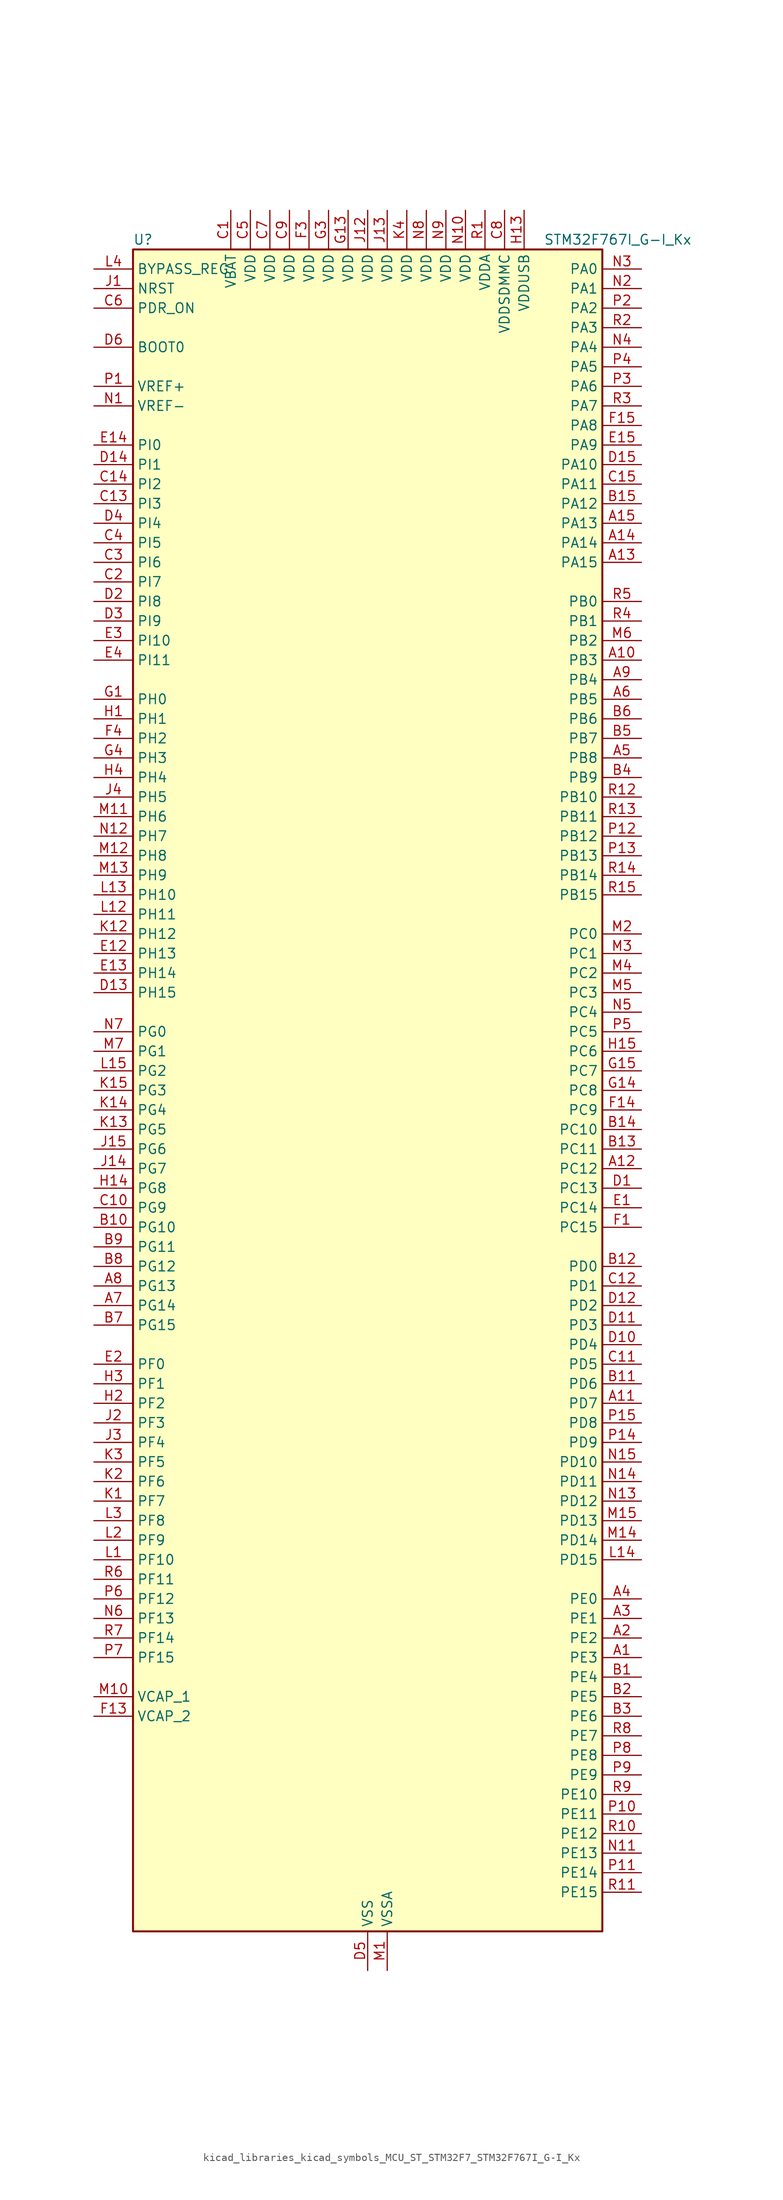
<source format=kicad_sym>
(kicad_symbol_lib
  (version 20220914)
  (generator kicad_symbol_editor)
  (symbol "kicad_libraries_kicad_symbols_MCU_ST_STM32F7_STM32F767I_G-I_Kx"
    (property "Reference" "U"
      (at -30.48 110.49 0)
      (effects (font (size 1.27 1.27)) (justify left)))
    (property "Value" "STM32F767I_G-I_Kx"
      (at 22.86 110.49 0)
      (effects (font (size 1.27 1.27)) (justify left)))
    (property "ki_locked" ""
      (at 0 0 0)
      (effects (font (size 1.27 1.27))))
    (symbol "kicad_libraries_kicad_symbols_MCU_ST_STM32F7_STM32F767I_G-I_Kx_0_1"
      (rectangle (start -30.48 -109.22) (end 30.48 109.22) (stroke (width 0.254) (type default)) (fill (type background))))
    (symbol "kicad_libraries_kicad_symbols_MCU_ST_STM32F7_STM32F767I_G-I_Kx_1_1"
      (pin bidirectional line (at 35.56 -73.66 180) (length 5.08) (name "PE3" (effects (font (size 1.27 1.27)))) (number "A1" (effects (font (size 1.27 1.27)))) (alternate "FMC_A19" bidirectional line) (alternate "SAI1_SD_B" bidirectional line) (alternate "SYS_TRACED0" bidirectional line))
      (pin bidirectional line (at 35.56 55.88 180) (length 5.08) (name "PB3" (effects (font (size 1.27 1.27)))) (number "A10" (effects (font (size 1.27 1.27)))) (alternate "CAN3_RX" bidirectional line) (alternate "I2S1_CK" bidirectional line) (alternate "I2S3_CK" bidirectional line) (alternate "SDMMC2_D2" bidirectional line) (alternate "SPI1_SCK" bidirectional line) (alternate "SPI3_SCK" bidirectional line) (alternate "SPI6_SCK" bidirectional line) (alternate "SYS_JTDO-SWO" bidirectional line) (alternate "TIM2_CH2" bidirectional line) (alternate "UART7_RX" bidirectional line))
      (pin bidirectional line (at 35.56 -40.64 180) (length 5.08) (name "PD7" (effects (font (size 1.27 1.27)))) (number "A11" (effects (font (size 1.27 1.27)))) (alternate "DFSDM1_CKIN1" bidirectional line) (alternate "DFSDM1_DATIN4" bidirectional line) (alternate "FMC_NE1" bidirectional line) (alternate "I2S1_SD" bidirectional line) (alternate "SDMMC2_CMD" bidirectional line) (alternate "SPDIFRX_IN0" bidirectional line) (alternate "SPI1_MOSI" bidirectional line) (alternate "USART2_CK" bidirectional line))
      (pin bidirectional line (at 35.56 -10.16 180) (length 5.08) (name "PC12" (effects (font (size 1.27 1.27)))) (number "A12" (effects (font (size 1.27 1.27)))) (alternate "DCMI_D9" bidirectional line) (alternate "I2S3_SD" bidirectional line) (alternate "SDMMC1_CK" bidirectional line) (alternate "SPI3_MOSI" bidirectional line) (alternate "SYS_TRACED3" bidirectional line) (alternate "UART5_TX" bidirectional line) (alternate "USART3_CK" bidirectional line))
      (pin bidirectional line (at 35.56 68.58 180) (length 5.08) (name "PA15" (effects (font (size 1.27 1.27)))) (number "A13" (effects (font (size 1.27 1.27)))) (alternate "CAN3_TX" bidirectional line) (alternate "CEC" bidirectional line) (alternate "I2S1_WS" bidirectional line) (alternate "I2S3_WS" bidirectional line) (alternate "SPI1_NSS" bidirectional line) (alternate "SPI3_NSS" bidirectional line) (alternate "SPI6_NSS" bidirectional line) (alternate "SYS_JTDI" bidirectional line) (alternate "TIM2_CH1" bidirectional line) (alternate "TIM2_ETR" bidirectional line) (alternate "UART4_DE" bidirectional line) (alternate "UART4_RTS" bidirectional line) (alternate "UART7_TX" bidirectional line))
      (pin bidirectional line (at 35.56 71.12 180) (length 5.08) (name "PA14" (effects (font (size 1.27 1.27)))) (number "A14" (effects (font (size 1.27 1.27)))) (alternate "SYS_JTCK-SWCLK" bidirectional line))
      (pin bidirectional line (at 35.56 73.66 180) (length 5.08) (name "PA13" (effects (font (size 1.27 1.27)))) (number "A15" (effects (font (size 1.27 1.27)))) (alternate "SYS_JTMS-SWDIO" bidirectional line))
      (pin bidirectional line (at 35.56 -71.12 180) (length 5.08) (name "PE2" (effects (font (size 1.27 1.27)))) (number "A2" (effects (font (size 1.27 1.27)))) (alternate "ETH_TXD3" bidirectional line) (alternate "FMC_A23" bidirectional line) (alternate "QUADSPI_BK1_IO2" bidirectional line) (alternate "SAI1_MCLK_A" bidirectional line) (alternate "SPI4_SCK" bidirectional line) (alternate "SYS_TRACECLK" bidirectional line))
      (pin bidirectional line (at 35.56 -68.58 180) (length 5.08) (name "PE1" (effects (font (size 1.27 1.27)))) (number "A3" (effects (font (size 1.27 1.27)))) (alternate "DCMI_D3" bidirectional line) (alternate "FMC_NBL1" bidirectional line) (alternate "LPTIM1_IN2" bidirectional line) (alternate "UART8_TX" bidirectional line))
      (pin bidirectional line (at 35.56 -66.04 180) (length 5.08) (name "PE0" (effects (font (size 1.27 1.27)))) (number "A4" (effects (font (size 1.27 1.27)))) (alternate "DCMI_D2" bidirectional line) (alternate "FMC_NBL0" bidirectional line) (alternate "LPTIM1_ETR" bidirectional line) (alternate "SAI2_MCLK_A" bidirectional line) (alternate "TIM4_ETR" bidirectional line) (alternate "UART8_RX" bidirectional line))
      (pin bidirectional line (at 35.56 43.18 180) (length 5.08) (name "PB8" (effects (font (size 1.27 1.27)))) (number "A5" (effects (font (size 1.27 1.27)))) (alternate "CAN1_RX" bidirectional line) (alternate "DCMI_D6" bidirectional line) (alternate "DFSDM1_CKIN7" bidirectional line) (alternate "ETH_TXD3" bidirectional line) (alternate "I2C1_SCL" bidirectional line) (alternate "I2C4_SCL" bidirectional line) (alternate "LTDC_B6" bidirectional line) (alternate "SDMMC1_D4" bidirectional line) (alternate "SDMMC2_D4" bidirectional line) (alternate "TIM10_CH1" bidirectional line) (alternate "TIM4_CH3" bidirectional line) (alternate "UART5_RX" bidirectional line))
      (pin bidirectional line (at 35.56 50.8 180) (length 5.08) (name "PB5" (effects (font (size 1.27 1.27)))) (number "A6" (effects (font (size 1.27 1.27)))) (alternate "CAN2_RX" bidirectional line) (alternate "DCMI_D10" bidirectional line) (alternate "ETH_PPS_OUT" bidirectional line) (alternate "FMC_SDCKE1" bidirectional line) (alternate "I2C1_SMBA" bidirectional line) (alternate "I2S1_SD" bidirectional line) (alternate "I2S3_SD" bidirectional line) (alternate "LTDC_G7" bidirectional line) (alternate "SPI1_MOSI" bidirectional line) (alternate "SPI3_MOSI" bidirectional line) (alternate "SPI6_MOSI" bidirectional line) (alternate "TIM3_CH2" bidirectional line) (alternate "UART5_RX" bidirectional line) (alternate "USB_OTG_HS_ULPI_D7" bidirectional line))
      (pin bidirectional line (at -35.56 -27.94 0) (length 5.08) (name "PG14" (effects (font (size 1.27 1.27)))) (number "A7" (effects (font (size 1.27 1.27)))) (alternate "ETH_TXD1" bidirectional line) (alternate "FMC_A25" bidirectional line) (alternate "LPTIM1_ETR" bidirectional line) (alternate "LTDC_B0" bidirectional line) (alternate "QUADSPI_BK2_IO3" bidirectional line) (alternate "SPI6_MOSI" bidirectional line) (alternate "SYS_TRACED1" bidirectional line) (alternate "USART6_TX" bidirectional line))
      (pin bidirectional line (at -35.56 -25.4 0) (length 5.08) (name "PG13" (effects (font (size 1.27 1.27)))) (number "A8" (effects (font (size 1.27 1.27)))) (alternate "ETH_TXD0" bidirectional line) (alternate "FMC_A24" bidirectional line) (alternate "LPTIM1_OUT" bidirectional line) (alternate "LTDC_R0" bidirectional line) (alternate "SPI6_SCK" bidirectional line) (alternate "SYS_TRACED0" bidirectional line) (alternate "USART6_CTS" bidirectional line))
      (pin bidirectional line (at 35.56 53.34 180) (length 5.08) (name "PB4" (effects (font (size 1.27 1.27)))) (number "A9" (effects (font (size 1.27 1.27)))) (alternate "CAN3_TX" bidirectional line) (alternate "I2S2_WS" bidirectional line) (alternate "SDMMC2_D3" bidirectional line) (alternate "SPI1_MISO" bidirectional line) (alternate "SPI2_NSS" bidirectional line) (alternate "SPI3_MISO" bidirectional line) (alternate "SPI6_MISO" bidirectional line) (alternate "SYS_JTRST" bidirectional line) (alternate "TIM3_CH1" bidirectional line) (alternate "UART7_TX" bidirectional line))
      (pin bidirectional line (at 35.56 -76.2 180) (length 5.08) (name "PE4" (effects (font (size 1.27 1.27)))) (number "B1" (effects (font (size 1.27 1.27)))) (alternate "DCMI_D4" bidirectional line) (alternate "DFSDM1_DATIN3" bidirectional line) (alternate "FMC_A20" bidirectional line) (alternate "LTDC_B0" bidirectional line) (alternate "SAI1_FS_A" bidirectional line) (alternate "SPI4_NSS" bidirectional line) (alternate "SYS_TRACED1" bidirectional line))
      (pin bidirectional line (at -35.56 -17.78 0) (length 5.08) (name "PG10" (effects (font (size 1.27 1.27)))) (number "B10" (effects (font (size 1.27 1.27)))) (alternate "DCMI_D2" bidirectional line) (alternate "FMC_NE3" bidirectional line) (alternate "I2S1_WS" bidirectional line) (alternate "LTDC_B2" bidirectional line) (alternate "LTDC_G3" bidirectional line) (alternate "SAI2_SD_B" bidirectional line) (alternate "SDMMC2_D1" bidirectional line) (alternate "SPI1_NSS" bidirectional line))
      (pin bidirectional line (at 35.56 -38.1 180) (length 5.08) (name "PD6" (effects (font (size 1.27 1.27)))) (number "B11" (effects (font (size 1.27 1.27)))) (alternate "DCMI_D10" bidirectional line) (alternate "DFSDM1_CKIN4" bidirectional line) (alternate "DFSDM1_DATIN1" bidirectional line) (alternate "FMC_NWAIT" bidirectional line) (alternate "I2S3_SD" bidirectional line) (alternate "LTDC_B2" bidirectional line) (alternate "SAI1_SD_A" bidirectional line) (alternate "SDMMC2_CK" bidirectional line) (alternate "SPI3_MOSI" bidirectional line) (alternate "USART2_RX" bidirectional line))
      (pin bidirectional line (at 35.56 -22.86 180) (length 5.08) (name "PD0" (effects (font (size 1.27 1.27)))) (number "B12" (effects (font (size 1.27 1.27)))) (alternate "CAN1_RX" bidirectional line) (alternate "DFSDM1_CKIN6" bidirectional line) (alternate "DFSDM1_DATIN7" bidirectional line) (alternate "FMC_D2" bidirectional line) (alternate "FMC_DA2" bidirectional line) (alternate "UART4_RX" bidirectional line))
      (pin bidirectional line (at 35.56 -7.62 180) (length 5.08) (name "PC11" (effects (font (size 1.27 1.27)))) (number "B13" (effects (font (size 1.27 1.27)))) (alternate "ADC1_EXTI11" bidirectional line) (alternate "ADC2_EXTI11" bidirectional line) (alternate "ADC3_EXTI11" bidirectional line) (alternate "DCMI_D4" bidirectional line) (alternate "DFSDM1_DATIN5" bidirectional line) (alternate "QUADSPI_BK2_NCS" bidirectional line) (alternate "SDMMC1_D3" bidirectional line) (alternate "SPI3_MISO" bidirectional line) (alternate "UART4_RX" bidirectional line) (alternate "USART3_RX" bidirectional line))
      (pin bidirectional line (at 35.56 -5.08 180) (length 5.08) (name "PC10" (effects (font (size 1.27 1.27)))) (number "B14" (effects (font (size 1.27 1.27)))) (alternate "DCMI_D8" bidirectional line) (alternate "DFSDM1_CKIN5" bidirectional line) (alternate "I2S3_CK" bidirectional line) (alternate "LTDC_R2" bidirectional line) (alternate "QUADSPI_BK1_IO1" bidirectional line) (alternate "SDMMC1_D2" bidirectional line) (alternate "SPI3_SCK" bidirectional line) (alternate "UART4_TX" bidirectional line) (alternate "USART3_TX" bidirectional line))
      (pin bidirectional line (at 35.56 76.2 180) (length 5.08) (name "PA12" (effects (font (size 1.27 1.27)))) (number "B15" (effects (font (size 1.27 1.27)))) (alternate "CAN1_TX" bidirectional line) (alternate "I2S2_CK" bidirectional line) (alternate "LTDC_R5" bidirectional line) (alternate "SAI2_FS_B" bidirectional line) (alternate "SPI2_SCK" bidirectional line) (alternate "TIM1_ETR" bidirectional line) (alternate "UART4_TX" bidirectional line) (alternate "USART1_DE" bidirectional line) (alternate "USART1_RTS" bidirectional line) (alternate "USB_OTG_FS_DP" bidirectional line))
      (pin bidirectional line (at 35.56 -78.74 180) (length 5.08) (name "PE5" (effects (font (size 1.27 1.27)))) (number "B2" (effects (font (size 1.27 1.27)))) (alternate "DCMI_D6" bidirectional line) (alternate "DFSDM1_CKIN3" bidirectional line) (alternate "FMC_A21" bidirectional line) (alternate "LTDC_G0" bidirectional line) (alternate "SAI1_SCK_A" bidirectional line) (alternate "SPI4_MISO" bidirectional line) (alternate "SYS_TRACED2" bidirectional line) (alternate "TIM9_CH1" bidirectional line))
      (pin bidirectional line (at 35.56 -81.28 180) (length 5.08) (name "PE6" (effects (font (size 1.27 1.27)))) (number "B3" (effects (font (size 1.27 1.27)))) (alternate "DCMI_D7" bidirectional line) (alternate "FMC_A22" bidirectional line) (alternate "LTDC_G1" bidirectional line) (alternate "SAI1_SD_A" bidirectional line) (alternate "SAI2_MCLK_B" bidirectional line) (alternate "SPI4_MOSI" bidirectional line) (alternate "SYS_TRACED3" bidirectional line) (alternate "TIM1_BKIN2" bidirectional line) (alternate "TIM9_CH2" bidirectional line))
      (pin bidirectional line (at 35.56 40.64 180) (length 5.08) (name "PB9" (effects (font (size 1.27 1.27)))) (number "B4" (effects (font (size 1.27 1.27)))) (alternate "CAN1_TX" bidirectional line) (alternate "DAC_EXTI9" bidirectional line) (alternate "DCMI_D7" bidirectional line) (alternate "DFSDM1_DATIN7" bidirectional line) (alternate "I2C1_SDA" bidirectional line) (alternate "I2C4_SDA" bidirectional line) (alternate "I2C4_SMBA" bidirectional line) (alternate "I2S2_WS" bidirectional line) (alternate "LTDC_B7" bidirectional line) (alternate "SDMMC1_D5" bidirectional line) (alternate "SDMMC2_D5" bidirectional line) (alternate "SPI2_NSS" bidirectional line) (alternate "TIM11_CH1" bidirectional line) (alternate "TIM4_CH4" bidirectional line) (alternate "UART5_TX" bidirectional line))
      (pin bidirectional line (at 35.56 45.72 180) (length 5.08) (name "PB7" (effects (font (size 1.27 1.27)))) (number "B5" (effects (font (size 1.27 1.27)))) (alternate "DCMI_VSYNC" bidirectional line) (alternate "DFSDM1_CKIN5" bidirectional line) (alternate "FMC_NL" bidirectional line) (alternate "I2C1_SDA" bidirectional line) (alternate "I2C4_SDA" bidirectional line) (alternate "TIM4_CH2" bidirectional line) (alternate "USART1_RX" bidirectional line))
      (pin bidirectional line (at 35.56 48.26 180) (length 5.08) (name "PB6" (effects (font (size 1.27 1.27)))) (number "B6" (effects (font (size 1.27 1.27)))) (alternate "CAN2_TX" bidirectional line) (alternate "CEC" bidirectional line) (alternate "DCMI_D5" bidirectional line) (alternate "DFSDM1_DATIN5" bidirectional line) (alternate "FMC_SDNE1" bidirectional line) (alternate "I2C1_SCL" bidirectional line) (alternate "I2C4_SCL" bidirectional line) (alternate "QUADSPI_BK1_NCS" bidirectional line) (alternate "TIM4_CH1" bidirectional line) (alternate "UART5_TX" bidirectional line) (alternate "USART1_TX" bidirectional line))
      (pin bidirectional line (at -35.56 -30.48 0) (length 5.08) (name "PG15" (effects (font (size 1.27 1.27)))) (number "B7" (effects (font (size 1.27 1.27)))) (alternate "DCMI_D13" bidirectional line) (alternate "FMC_SDNCAS" bidirectional line) (alternate "USART6_CTS" bidirectional line))
      (pin bidirectional line (at -35.56 -22.86 0) (length 5.08) (name "PG12" (effects (font (size 1.27 1.27)))) (number "B8" (effects (font (size 1.27 1.27)))) (alternate "FMC_NE4" bidirectional line) (alternate "LPTIM1_IN1" bidirectional line) (alternate "LTDC_B1" bidirectional line) (alternate "LTDC_B4" bidirectional line) (alternate "SDMMC2_D3" bidirectional line) (alternate "SPDIFRX_IN1" bidirectional line) (alternate "SPI6_MISO" bidirectional line) (alternate "USART6_DE" bidirectional line) (alternate "USART6_RTS" bidirectional line))
      (pin bidirectional line (at -35.56 -20.32 0) (length 5.08) (name "PG11" (effects (font (size 1.27 1.27)))) (number "B9" (effects (font (size 1.27 1.27)))) (alternate "ADC1_EXTI11" bidirectional line) (alternate "ADC2_EXTI11" bidirectional line) (alternate "ADC3_EXTI11" bidirectional line) (alternate "DCMI_D3" bidirectional line) (alternate "ETH_TX_EN" bidirectional line) (alternate "I2S1_CK" bidirectional line) (alternate "LTDC_B3" bidirectional line) (alternate "SDMMC2_D2" bidirectional line) (alternate "SPDIFRX_IN0" bidirectional line) (alternate "SPI1_SCK" bidirectional line))
      (pin power_in line (at -17.78 114.3 270) (length 5.08) (name "VBAT" (effects (font (size 1.27 1.27)))) (number "C1" (effects (font (size 1.27 1.27)))))
      (pin bidirectional line (at -35.56 -15.24 0) (length 5.08) (name "PG9" (effects (font (size 1.27 1.27)))) (number "C10" (effects (font (size 1.27 1.27)))) (alternate "DAC_EXTI9" bidirectional line) (alternate "DCMI_VSYNC" bidirectional line) (alternate "FMC_NCE" bidirectional line) (alternate "FMC_NE2" bidirectional line) (alternate "QUADSPI_BK2_IO2" bidirectional line) (alternate "SAI2_FS_B" bidirectional line) (alternate "SDMMC2_D0" bidirectional line) (alternate "SPDIFRX_IN3" bidirectional line) (alternate "SPI1_MISO" bidirectional line) (alternate "USART6_RX" bidirectional line))
      (pin bidirectional line (at 35.56 -35.56 180) (length 5.08) (name "PD5" (effects (font (size 1.27 1.27)))) (number "C11" (effects (font (size 1.27 1.27)))) (alternate "FMC_NWE" bidirectional line) (alternate "USART2_TX" bidirectional line))
      (pin bidirectional line (at 35.56 -25.4 180) (length 5.08) (name "PD1" (effects (font (size 1.27 1.27)))) (number "C12" (effects (font (size 1.27 1.27)))) (alternate "CAN1_TX" bidirectional line) (alternate "DFSDM1_CKIN7" bidirectional line) (alternate "DFSDM1_DATIN6" bidirectional line) (alternate "FMC_D3" bidirectional line) (alternate "FMC_DA3" bidirectional line) (alternate "UART4_TX" bidirectional line))
      (pin bidirectional line (at -35.56 76.2 0) (length 5.08) (name "PI3" (effects (font (size 1.27 1.27)))) (number "C13" (effects (font (size 1.27 1.27)))) (alternate "DCMI_D10" bidirectional line) (alternate "FMC_D27" bidirectional line) (alternate "I2S2_SD" bidirectional line) (alternate "SPI2_MOSI" bidirectional line) (alternate "TIM8_ETR" bidirectional line))
      (pin bidirectional line (at -35.56 78.74 0) (length 5.08) (name "PI2" (effects (font (size 1.27 1.27)))) (number "C14" (effects (font (size 1.27 1.27)))) (alternate "DCMI_D9" bidirectional line) (alternate "FMC_D26" bidirectional line) (alternate "LTDC_G7" bidirectional line) (alternate "SPI2_MISO" bidirectional line) (alternate "TIM8_CH4" bidirectional line))
      (pin bidirectional line (at 35.56 78.74 180) (length 5.08) (name "PA11" (effects (font (size 1.27 1.27)))) (number "C15" (effects (font (size 1.27 1.27)))) (alternate "ADC1_EXTI11" bidirectional line) (alternate "ADC2_EXTI11" bidirectional line) (alternate "ADC3_EXTI11" bidirectional line) (alternate "CAN1_RX" bidirectional line) (alternate "I2S2_WS" bidirectional line) (alternate "LTDC_R4" bidirectional line) (alternate "SPI2_NSS" bidirectional line) (alternate "TIM1_CH4" bidirectional line) (alternate "UART4_RX" bidirectional line) (alternate "USART1_CTS" bidirectional line) (alternate "USB_OTG_FS_DM" bidirectional line))
      (pin bidirectional line (at -35.56 66.04 0) (length 5.08) (name "PI7" (effects (font (size 1.27 1.27)))) (number "C2" (effects (font (size 1.27 1.27)))) (alternate "DCMI_D7" bidirectional line) (alternate "FMC_D29" bidirectional line) (alternate "LTDC_B7" bidirectional line) (alternate "SAI2_FS_A" bidirectional line) (alternate "TIM8_CH3" bidirectional line))
      (pin bidirectional line (at -35.56 68.58 0) (length 5.08) (name "PI6" (effects (font (size 1.27 1.27)))) (number "C3" (effects (font (size 1.27 1.27)))) (alternate "DCMI_D6" bidirectional line) (alternate "FMC_D28" bidirectional line) (alternate "LTDC_B6" bidirectional line) (alternate "SAI2_SD_A" bidirectional line) (alternate "TIM8_CH2" bidirectional line))
      (pin bidirectional line (at -35.56 71.12 0) (length 5.08) (name "PI5" (effects (font (size 1.27 1.27)))) (number "C4" (effects (font (size 1.27 1.27)))) (alternate "DCMI_VSYNC" bidirectional line) (alternate "FMC_NBL3" bidirectional line) (alternate "LTDC_B5" bidirectional line) (alternate "SAI2_SCK_A" bidirectional line) (alternate "TIM8_CH1" bidirectional line))
      (pin power_in line (at -15.24 114.3 270) (length 5.08) (name "VDD" (effects (font (size 1.27 1.27)))) (number "C5" (effects (font (size 1.27 1.27)))))
      (pin input line (at -35.56 101.6 0) (length 5.08) (name "PDR_ON" (effects (font (size 1.27 1.27)))) (number "C6" (effects (font (size 1.27 1.27)))))
      (pin power_in line (at -12.7 114.3 270) (length 5.08) (name "VDD" (effects (font (size 1.27 1.27)))) (number "C7" (effects (font (size 1.27 1.27)))))
      (pin power_in line (at 17.78 114.3 270) (length 5.08) (name "VDDSDMMC" (effects (font (size 1.27 1.27)))) (number "C8" (effects (font (size 1.27 1.27)))))
      (pin power_in line (at -10.16 114.3 270) (length 5.08) (name "VDD" (effects (font (size 1.27 1.27)))) (number "C9" (effects (font (size 1.27 1.27)))))
      (pin bidirectional line (at 35.56 -12.7 180) (length 5.08) (name "PC13" (effects (font (size 1.27 1.27)))) (number "D1" (effects (font (size 1.27 1.27)))) (alternate "RTC_OUT" bidirectional line) (alternate "RTC_TAMP1" bidirectional line) (alternate "RTC_TS" bidirectional line) (alternate "SYS_WKUP4" bidirectional line))
      (pin bidirectional line (at 35.56 -33.02 180) (length 5.08) (name "PD4" (effects (font (size 1.27 1.27)))) (number "D10" (effects (font (size 1.27 1.27)))) (alternate "DFSDM1_CKIN0" bidirectional line) (alternate "FMC_NOE" bidirectional line) (alternate "USART2_DE" bidirectional line) (alternate "USART2_RTS" bidirectional line))
      (pin bidirectional line (at 35.56 -30.48 180) (length 5.08) (name "PD3" (effects (font (size 1.27 1.27)))) (number "D11" (effects (font (size 1.27 1.27)))) (alternate "DCMI_D5" bidirectional line) (alternate "DFSDM1_CKOUT" bidirectional line) (alternate "DFSDM1_DATIN0" bidirectional line) (alternate "FMC_CLK" bidirectional line) (alternate "I2S2_CK" bidirectional line) (alternate "LTDC_G7" bidirectional line) (alternate "SPI2_SCK" bidirectional line) (alternate "USART2_CTS" bidirectional line))
      (pin bidirectional line (at 35.56 -27.94 180) (length 5.08) (name "PD2" (effects (font (size 1.27 1.27)))) (number "D12" (effects (font (size 1.27 1.27)))) (alternate "DCMI_D11" bidirectional line) (alternate "SDMMC1_CMD" bidirectional line) (alternate "SYS_TRACED2" bidirectional line) (alternate "TIM3_ETR" bidirectional line) (alternate "UART5_RX" bidirectional line))
      (pin bidirectional line (at -35.56 12.7 0) (length 5.08) (name "PH15" (effects (font (size 1.27 1.27)))) (number "D13" (effects (font (size 1.27 1.27)))) (alternate "DCMI_D11" bidirectional line) (alternate "FMC_D23" bidirectional line) (alternate "LTDC_G4" bidirectional line) (alternate "TIM8_CH3N" bidirectional line))
      (pin bidirectional line (at -35.56 81.28 0) (length 5.08) (name "PI1" (effects (font (size 1.27 1.27)))) (number "D14" (effects (font (size 1.27 1.27)))) (alternate "DCMI_D8" bidirectional line) (alternate "FMC_D25" bidirectional line) (alternate "I2S2_CK" bidirectional line) (alternate "LTDC_G6" bidirectional line) (alternate "SPI2_SCK" bidirectional line) (alternate "TIM8_BKIN2" bidirectional line))
      (pin bidirectional line (at 35.56 81.28 180) (length 5.08) (name "PA10" (effects (font (size 1.27 1.27)))) (number "D15" (effects (font (size 1.27 1.27)))) (alternate "DCMI_D1" bidirectional line) (alternate "LTDC_B1" bidirectional line) (alternate "LTDC_B4" bidirectional line) (alternate "MDIOS_MDIO" bidirectional line) (alternate "TIM1_CH3" bidirectional line) (alternate "USART1_RX" bidirectional line) (alternate "USB_OTG_FS_ID" bidirectional line))
      (pin bidirectional line (at -35.56 63.5 0) (length 5.08) (name "PI8" (effects (font (size 1.27 1.27)))) (number "D2" (effects (font (size 1.27 1.27)))) (alternate "RTC_TAMP2" bidirectional line) (alternate "RTC_TS" bidirectional line) (alternate "SYS_WKUP5" bidirectional line))
      (pin bidirectional line (at -35.56 60.96 0) (length 5.08) (name "PI9" (effects (font (size 1.27 1.27)))) (number "D3" (effects (font (size 1.27 1.27)))) (alternate "CAN1_RX" bidirectional line) (alternate "DAC_EXTI9" bidirectional line) (alternate "FMC_D30" bidirectional line) (alternate "LTDC_VSYNC" bidirectional line) (alternate "UART4_RX" bidirectional line))
      (pin bidirectional line (at -35.56 73.66 0) (length 5.08) (name "PI4" (effects (font (size 1.27 1.27)))) (number "D4" (effects (font (size 1.27 1.27)))) (alternate "DCMI_D5" bidirectional line) (alternate "FMC_NBL2" bidirectional line) (alternate "LTDC_B4" bidirectional line) (alternate "SAI2_MCLK_A" bidirectional line) (alternate "TIM8_BKIN" bidirectional line))
      (pin power_in line (at 0 -114.3 90) (length 5.08) (name "VSS" (effects (font (size 1.27 1.27)))) (number "D5" (effects (font (size 1.27 1.27)))))
      (pin input line (at -35.56 96.52 0) (length 5.08) (name "BOOT0" (effects (font (size 1.27 1.27)))) (number "D6" (effects (font (size 1.27 1.27)))))
      (pin passive line (at 0 -114.3 90) (length 5.08) hide (name "VSS" (effects (font (size 1.27 1.27)))) (number "D7" (effects (font (size 1.27 1.27)))))
      (pin passive line (at 0 -114.3 90) (length 5.08) hide (name "VSS" (effects (font (size 1.27 1.27)))) (number "D8" (effects (font (size 1.27 1.27)))))
      (pin passive line (at 0 -114.3 90) (length 5.08) hide (name "VSS" (effects (font (size 1.27 1.27)))) (number "D9" (effects (font (size 1.27 1.27)))))
      (pin bidirectional line (at 35.56 -15.24 180) (length 5.08) (name "PC14" (effects (font (size 1.27 1.27)))) (number "E1" (effects (font (size 1.27 1.27)))) (alternate "RCC_OSC32_IN" bidirectional line))
      (pin bidirectional line (at -35.56 17.78 0) (length 5.08) (name "PH13" (effects (font (size 1.27 1.27)))) (number "E12" (effects (font (size 1.27 1.27)))) (alternate "CAN1_TX" bidirectional line) (alternate "FMC_D21" bidirectional line) (alternate "LTDC_G2" bidirectional line) (alternate "TIM8_CH1N" bidirectional line) (alternate "UART4_TX" bidirectional line))
      (pin bidirectional line (at -35.56 15.24 0) (length 5.08) (name "PH14" (effects (font (size 1.27 1.27)))) (number "E13" (effects (font (size 1.27 1.27)))) (alternate "CAN1_RX" bidirectional line) (alternate "DCMI_D4" bidirectional line) (alternate "FMC_D22" bidirectional line) (alternate "LTDC_G3" bidirectional line) (alternate "TIM8_CH2N" bidirectional line) (alternate "UART4_RX" bidirectional line))
      (pin bidirectional line (at -35.56 83.82 0) (length 5.08) (name "PI0" (effects (font (size 1.27 1.27)))) (number "E14" (effects (font (size 1.27 1.27)))) (alternate "DCMI_D13" bidirectional line) (alternate "FMC_D24" bidirectional line) (alternate "I2S2_WS" bidirectional line) (alternate "LTDC_G5" bidirectional line) (alternate "SPI2_NSS" bidirectional line) (alternate "TIM5_CH4" bidirectional line))
      (pin bidirectional line (at 35.56 83.82 180) (length 5.08) (name "PA9" (effects (font (size 1.27 1.27)))) (number "E15" (effects (font (size 1.27 1.27)))) (alternate "DAC_EXTI9" bidirectional line) (alternate "DCMI_D0" bidirectional line) (alternate "I2C3_SMBA" bidirectional line) (alternate "I2S2_CK" bidirectional line) (alternate "LTDC_R5" bidirectional line) (alternate "SPI2_SCK" bidirectional line) (alternate "TIM1_CH2" bidirectional line) (alternate "USART1_TX" bidirectional line) (alternate "USB_OTG_FS_VBUS" bidirectional line))
      (pin bidirectional line (at -35.56 -35.56 0) (length 5.08) (name "PF0" (effects (font (size 1.27 1.27)))) (number "E2" (effects (font (size 1.27 1.27)))) (alternate "FMC_A0" bidirectional line) (alternate "I2C2_SDA" bidirectional line))
      (pin bidirectional line (at -35.56 58.42 0) (length 5.08) (name "PI10" (effects (font (size 1.27 1.27)))) (number "E3" (effects (font (size 1.27 1.27)))) (alternate "ETH_RX_ER" bidirectional line) (alternate "FMC_D31" bidirectional line) (alternate "LTDC_HSYNC" bidirectional line))
      (pin bidirectional line (at -35.56 55.88 0) (length 5.08) (name "PI11" (effects (font (size 1.27 1.27)))) (number "E4" (effects (font (size 1.27 1.27)))) (alternate "ADC1_EXTI11" bidirectional line) (alternate "ADC2_EXTI11" bidirectional line) (alternate "ADC3_EXTI11" bidirectional line) (alternate "LTDC_G6" bidirectional line) (alternate "SYS_WKUP6" bidirectional line) (alternate "USB_OTG_HS_ULPI_DIR" bidirectional line))
      (pin bidirectional line (at 35.56 -17.78 180) (length 5.08) (name "PC15" (effects (font (size 1.27 1.27)))) (number "F1" (effects (font (size 1.27 1.27)))) (alternate "RCC_OSC32_OUT" bidirectional line))
      (pin passive line (at 0 -114.3 90) (length 5.08) hide (name "VSS" (effects (font (size 1.27 1.27)))) (number "F10" (effects (font (size 1.27 1.27)))))
      (pin passive line (at 0 -114.3 90) (length 5.08) hide (name "VSS" (effects (font (size 1.27 1.27)))) (number "F12" (effects (font (size 1.27 1.27)))))
      (pin power_out line (at -35.56 -81.28 0) (length 5.08) (name "VCAP_2" (effects (font (size 1.27 1.27)))) (number "F13" (effects (font (size 1.27 1.27)))))
      (pin bidirectional line (at 35.56 -2.54 180) (length 5.08) (name "PC9" (effects (font (size 1.27 1.27)))) (number "F14" (effects (font (size 1.27 1.27)))) (alternate "DAC_EXTI9" bidirectional line) (alternate "DCMI_D3" bidirectional line) (alternate "I2C3_SDA" bidirectional line) (alternate "I2S_CKIN" bidirectional line) (alternate "LTDC_B2" bidirectional line) (alternate "LTDC_G3" bidirectional line) (alternate "QUADSPI_BK1_IO0" bidirectional line) (alternate "RCC_MCO_2" bidirectional line) (alternate "SDMMC1_D1" bidirectional line) (alternate "TIM3_CH4" bidirectional line) (alternate "TIM8_CH4" bidirectional line) (alternate "UART5_CTS" bidirectional line))
      (pin bidirectional line (at 35.56 86.36 180) (length 5.08) (name "PA8" (effects (font (size 1.27 1.27)))) (number "F15" (effects (font (size 1.27 1.27)))) (alternate "CAN3_RX" bidirectional line) (alternate "I2C3_SCL" bidirectional line) (alternate "LTDC_B3" bidirectional line) (alternate "LTDC_R6" bidirectional line) (alternate "RCC_MCO_1" bidirectional line) (alternate "TIM1_CH1" bidirectional line) (alternate "TIM8_BKIN2" bidirectional line) (alternate "UART7_RX" bidirectional line) (alternate "USART1_CK" bidirectional line) (alternate "USB_OTG_FS_SOF" bidirectional line))
      (pin passive line (at 0 -114.3 90) (length 5.08) hide (name "VSS" (effects (font (size 1.27 1.27)))) (number "F2" (effects (font (size 1.27 1.27)))))
      (pin power_in line (at -7.62 114.3 270) (length 5.08) (name "VDD" (effects (font (size 1.27 1.27)))) (number "F3" (effects (font (size 1.27 1.27)))))
      (pin bidirectional line (at -35.56 45.72 0) (length 5.08) (name "PH2" (effects (font (size 1.27 1.27)))) (number "F4" (effects (font (size 1.27 1.27)))) (alternate "ETH_CRS" bidirectional line) (alternate "FMC_SDCKE0" bidirectional line) (alternate "LPTIM1_IN2" bidirectional line) (alternate "LTDC_R0" bidirectional line) (alternate "QUADSPI_BK2_IO0" bidirectional line) (alternate "SAI2_SCK_B" bidirectional line))
      (pin passive line (at 0 -114.3 90) (length 5.08) hide (name "VSS" (effects (font (size 1.27 1.27)))) (number "F6" (effects (font (size 1.27 1.27)))))
      (pin passive line (at 0 -114.3 90) (length 5.08) hide (name "VSS" (effects (font (size 1.27 1.27)))) (number "F7" (effects (font (size 1.27 1.27)))))
      (pin passive line (at 0 -114.3 90) (length 5.08) hide (name "VSS" (effects (font (size 1.27 1.27)))) (number "F8" (effects (font (size 1.27 1.27)))))
      (pin passive line (at 0 -114.3 90) (length 5.08) hide (name "VSS" (effects (font (size 1.27 1.27)))) (number "F9" (effects (font (size 1.27 1.27)))))
      (pin bidirectional line (at -35.56 50.8 0) (length 5.08) (name "PH0" (effects (font (size 1.27 1.27)))) (number "G1" (effects (font (size 1.27 1.27)))) (alternate "RCC_OSC_IN" bidirectional line))
      (pin passive line (at 0 -114.3 90) (length 5.08) hide (name "VSS" (effects (font (size 1.27 1.27)))) (number "G10" (effects (font (size 1.27 1.27)))))
      (pin passive line (at 0 -114.3 90) (length 5.08) hide (name "VSS" (effects (font (size 1.27 1.27)))) (number "G12" (effects (font (size 1.27 1.27)))))
      (pin power_in line (at -2.54 114.3 270) (length 5.08) (name "VDD" (effects (font (size 1.27 1.27)))) (number "G13" (effects (font (size 1.27 1.27)))))
      (pin bidirectional line (at 35.56 0 180) (length 5.08) (name "PC8" (effects (font (size 1.27 1.27)))) (number "G14" (effects (font (size 1.27 1.27)))) (alternate "DCMI_D2" bidirectional line) (alternate "FMC_NCE" bidirectional line) (alternate "FMC_NE2" bidirectional line) (alternate "SDMMC1_D0" bidirectional line) (alternate "SYS_TRACED1" bidirectional line) (alternate "TIM3_CH3" bidirectional line) (alternate "TIM8_CH3" bidirectional line) (alternate "UART5_DE" bidirectional line) (alternate "UART5_RTS" bidirectional line) (alternate "USART6_CK" bidirectional line))
      (pin bidirectional line (at 35.56 2.54 180) (length 5.08) (name "PC7" (effects (font (size 1.27 1.27)))) (number "G15" (effects (font (size 1.27 1.27)))) (alternate "DCMI_D1" bidirectional line) (alternate "DFSDM1_DATIN3" bidirectional line) (alternate "FMC_NE1" bidirectional line) (alternate "I2S3_MCK" bidirectional line) (alternate "LTDC_G6" bidirectional line) (alternate "SDMMC1_D7" bidirectional line) (alternate "SDMMC2_D7" bidirectional line) (alternate "TIM3_CH2" bidirectional line) (alternate "TIM8_CH2" bidirectional line) (alternate "USART6_RX" bidirectional line))
      (pin passive line (at 0 -114.3 90) (length 5.08) hide (name "VSS" (effects (font (size 1.27 1.27)))) (number "G2" (effects (font (size 1.27 1.27)))))
      (pin power_in line (at -5.08 114.3 270) (length 5.08) (name "VDD" (effects (font (size 1.27 1.27)))) (number "G3" (effects (font (size 1.27 1.27)))))
      (pin bidirectional line (at -35.56 43.18 0) (length 5.08) (name "PH3" (effects (font (size 1.27 1.27)))) (number "G4" (effects (font (size 1.27 1.27)))) (alternate "ETH_COL" bidirectional line) (alternate "FMC_SDNE0" bidirectional line) (alternate "LTDC_R1" bidirectional line) (alternate "QUADSPI_BK2_IO1" bidirectional line) (alternate "SAI2_MCLK_B" bidirectional line))
      (pin passive line (at 0 -114.3 90) (length 5.08) hide (name "VSS" (effects (font (size 1.27 1.27)))) (number "G6" (effects (font (size 1.27 1.27)))))
      (pin passive line (at 0 -114.3 90) (length 5.08) hide (name "VSS" (effects (font (size 1.27 1.27)))) (number "G7" (effects (font (size 1.27 1.27)))))
      (pin passive line (at 0 -114.3 90) (length 5.08) hide (name "VSS" (effects (font (size 1.27 1.27)))) (number "G8" (effects (font (size 1.27 1.27)))))
      (pin passive line (at 0 -114.3 90) (length 5.08) hide (name "VSS" (effects (font (size 1.27 1.27)))) (number "G9" (effects (font (size 1.27 1.27)))))
      (pin bidirectional line (at -35.56 48.26 0) (length 5.08) (name "PH1" (effects (font (size 1.27 1.27)))) (number "H1" (effects (font (size 1.27 1.27)))) (alternate "RCC_OSC_OUT" bidirectional line))
      (pin passive line (at 0 -114.3 90) (length 5.08) hide (name "VSS" (effects (font (size 1.27 1.27)))) (number "H10" (effects (font (size 1.27 1.27)))))
      (pin passive line (at 0 -114.3 90) (length 5.08) hide (name "VSS" (effects (font (size 1.27 1.27)))) (number "H12" (effects (font (size 1.27 1.27)))))
      (pin power_in line (at 20.32 114.3 270) (length 5.08) (name "VDDUSB" (effects (font (size 1.27 1.27)))) (number "H13" (effects (font (size 1.27 1.27)))))
      (pin bidirectional line (at -35.56 -12.7 0) (length 5.08) (name "PG8" (effects (font (size 1.27 1.27)))) (number "H14" (effects (font (size 1.27 1.27)))) (alternate "ETH_PPS_OUT" bidirectional line) (alternate "FMC_SDCLK" bidirectional line) (alternate "LTDC_G7" bidirectional line) (alternate "SPDIFRX_IN2" bidirectional line) (alternate "SPI6_NSS" bidirectional line) (alternate "USART6_DE" bidirectional line) (alternate "USART6_RTS" bidirectional line))
      (pin bidirectional line (at 35.56 5.08 180) (length 5.08) (name "PC6" (effects (font (size 1.27 1.27)))) (number "H15" (effects (font (size 1.27 1.27)))) (alternate "DCMI_D0" bidirectional line) (alternate "DFSDM1_CKIN3" bidirectional line) (alternate "FMC_NWAIT" bidirectional line) (alternate "I2S2_MCK" bidirectional line) (alternate "LTDC_HSYNC" bidirectional line) (alternate "SDMMC1_D6" bidirectional line) (alternate "SDMMC2_D6" bidirectional line) (alternate "TIM3_CH1" bidirectional line) (alternate "TIM8_CH1" bidirectional line) (alternate "USART6_TX" bidirectional line))
      (pin bidirectional line (at -35.56 -40.64 0) (length 5.08) (name "PF2" (effects (font (size 1.27 1.27)))) (number "H2" (effects (font (size 1.27 1.27)))) (alternate "FMC_A2" bidirectional line) (alternate "I2C2_SMBA" bidirectional line))
      (pin bidirectional line (at -35.56 -38.1 0) (length 5.08) (name "PF1" (effects (font (size 1.27 1.27)))) (number "H3" (effects (font (size 1.27 1.27)))) (alternate "FMC_A1" bidirectional line) (alternate "I2C2_SCL" bidirectional line))
      (pin bidirectional line (at -35.56 40.64 0) (length 5.08) (name "PH4" (effects (font (size 1.27 1.27)))) (number "H4" (effects (font (size 1.27 1.27)))) (alternate "I2C2_SCL" bidirectional line) (alternate "LTDC_G4" bidirectional line) (alternate "LTDC_G5" bidirectional line) (alternate "USB_OTG_HS_ULPI_NXT" bidirectional line))
      (pin passive line (at 0 -114.3 90) (length 5.08) hide (name "VSS" (effects (font (size 1.27 1.27)))) (number "H6" (effects (font (size 1.27 1.27)))))
      (pin passive line (at 0 -114.3 90) (length 5.08) hide (name "VSS" (effects (font (size 1.27 1.27)))) (number "H7" (effects (font (size 1.27 1.27)))))
      (pin passive line (at 0 -114.3 90) (length 5.08) hide (name "VSS" (effects (font (size 1.27 1.27)))) (number "H8" (effects (font (size 1.27 1.27)))))
      (pin passive line (at 0 -114.3 90) (length 5.08) hide (name "VSS" (effects (font (size 1.27 1.27)))) (number "H9" (effects (font (size 1.27 1.27)))))
      (pin input line (at -35.56 104.14 0) (length 5.08) (name "NRST" (effects (font (size 1.27 1.27)))) (number "J1" (effects (font (size 1.27 1.27)))))
      (pin passive line (at 0 -114.3 90) (length 5.08) hide (name "VSS" (effects (font (size 1.27 1.27)))) (number "J10" (effects (font (size 1.27 1.27)))))
      (pin power_in line (at 0 114.3 270) (length 5.08) (name "VDD" (effects (font (size 1.27 1.27)))) (number "J12" (effects (font (size 1.27 1.27)))))
      (pin power_in line (at 2.54 114.3 270) (length 5.08) (name "VDD" (effects (font (size 1.27 1.27)))) (number "J13" (effects (font (size 1.27 1.27)))))
      (pin bidirectional line (at -35.56 -10.16 0) (length 5.08) (name "PG7" (effects (font (size 1.27 1.27)))) (number "J14" (effects (font (size 1.27 1.27)))) (alternate "DCMI_D13" bidirectional line) (alternate "FMC_INT" bidirectional line) (alternate "LTDC_CLK" bidirectional line) (alternate "SAI1_MCLK_A" bidirectional line) (alternate "USART6_CK" bidirectional line))
      (pin bidirectional line (at -35.56 -7.62 0) (length 5.08) (name "PG6" (effects (font (size 1.27 1.27)))) (number "J15" (effects (font (size 1.27 1.27)))) (alternate "DCMI_D12" bidirectional line) (alternate "FMC_NE3" bidirectional line) (alternate "LTDC_R7" bidirectional line))
      (pin bidirectional line (at -35.56 -43.18 0) (length 5.08) (name "PF3" (effects (font (size 1.27 1.27)))) (number "J2" (effects (font (size 1.27 1.27)))) (alternate "ADC3_IN9" bidirectional line) (alternate "FMC_A3" bidirectional line))
      (pin bidirectional line (at -35.56 -45.72 0) (length 5.08) (name "PF4" (effects (font (size 1.27 1.27)))) (number "J3" (effects (font (size 1.27 1.27)))) (alternate "ADC3_IN14" bidirectional line) (alternate "FMC_A4" bidirectional line))
      (pin bidirectional line (at -35.56 38.1 0) (length 5.08) (name "PH5" (effects (font (size 1.27 1.27)))) (number "J4" (effects (font (size 1.27 1.27)))) (alternate "FMC_SDNWE" bidirectional line) (alternate "I2C2_SDA" bidirectional line) (alternate "SPI5_NSS" bidirectional line))
      (pin passive line (at 0 -114.3 90) (length 5.08) hide (name "VSS" (effects (font (size 1.27 1.27)))) (number "J6" (effects (font (size 1.27 1.27)))))
      (pin passive line (at 0 -114.3 90) (length 5.08) hide (name "VSS" (effects (font (size 1.27 1.27)))) (number "J7" (effects (font (size 1.27 1.27)))))
      (pin passive line (at 0 -114.3 90) (length 5.08) hide (name "VSS" (effects (font (size 1.27 1.27)))) (number "J8" (effects (font (size 1.27 1.27)))))
      (pin passive line (at 0 -114.3 90) (length 5.08) hide (name "VSS" (effects (font (size 1.27 1.27)))) (number "J9" (effects (font (size 1.27 1.27)))))
      (pin bidirectional line (at -35.56 -53.34 0) (length 5.08) (name "PF7" (effects (font (size 1.27 1.27)))) (number "K1" (effects (font (size 1.27 1.27)))) (alternate "ADC3_IN5" bidirectional line) (alternate "QUADSPI_BK1_IO2" bidirectional line) (alternate "SAI1_MCLK_B" bidirectional line) (alternate "SPI5_SCK" bidirectional line) (alternate "TIM11_CH1" bidirectional line) (alternate "UART7_TX" bidirectional line))
      (pin passive line (at 0 -114.3 90) (length 5.08) hide (name "VSS" (effects (font (size 1.27 1.27)))) (number "K10" (effects (font (size 1.27 1.27)))))
      (pin bidirectional line (at -35.56 20.32 0) (length 5.08) (name "PH12" (effects (font (size 1.27 1.27)))) (number "K12" (effects (font (size 1.27 1.27)))) (alternate "DCMI_D3" bidirectional line) (alternate "FMC_D20" bidirectional line) (alternate "I2C4_SDA" bidirectional line) (alternate "LTDC_R6" bidirectional line) (alternate "TIM5_CH3" bidirectional line))
      (pin bidirectional line (at -35.56 -5.08 0) (length 5.08) (name "PG5" (effects (font (size 1.27 1.27)))) (number "K13" (effects (font (size 1.27 1.27)))) (alternate "FMC_A15" bidirectional line) (alternate "FMC_BA1" bidirectional line))
      (pin bidirectional line (at -35.56 -2.54 0) (length 5.08) (name "PG4" (effects (font (size 1.27 1.27)))) (number "K14" (effects (font (size 1.27 1.27)))) (alternate "FMC_A14" bidirectional line) (alternate "FMC_BA0" bidirectional line))
      (pin bidirectional line (at -35.56 0 0) (length 5.08) (name "PG3" (effects (font (size 1.27 1.27)))) (number "K15" (effects (font (size 1.27 1.27)))) (alternate "FMC_A13" bidirectional line))
      (pin bidirectional line (at -35.56 -50.8 0) (length 5.08) (name "PF6" (effects (font (size 1.27 1.27)))) (number "K2" (effects (font (size 1.27 1.27)))) (alternate "ADC3_IN4" bidirectional line) (alternate "QUADSPI_BK1_IO3" bidirectional line) (alternate "SAI1_SD_B" bidirectional line) (alternate "SPI5_NSS" bidirectional line) (alternate "TIM10_CH1" bidirectional line) (alternate "UART7_RX" bidirectional line))
      (pin bidirectional line (at -35.56 -48.26 0) (length 5.08) (name "PF5" (effects (font (size 1.27 1.27)))) (number "K3" (effects (font (size 1.27 1.27)))) (alternate "ADC3_IN15" bidirectional line) (alternate "FMC_A5" bidirectional line))
      (pin power_in line (at 5.08 114.3 270) (length 5.08) (name "VDD" (effects (font (size 1.27 1.27)))) (number "K4" (effects (font (size 1.27 1.27)))))
      (pin passive line (at 0 -114.3 90) (length 5.08) hide (name "VSS" (effects (font (size 1.27 1.27)))) (number "K6" (effects (font (size 1.27 1.27)))))
      (pin passive line (at 0 -114.3 90) (length 5.08) hide (name "VSS" (effects (font (size 1.27 1.27)))) (number "K7" (effects (font (size 1.27 1.27)))))
      (pin passive line (at 0 -114.3 90) (length 5.08) hide (name "VSS" (effects (font (size 1.27 1.27)))) (number "K8" (effects (font (size 1.27 1.27)))))
      (pin passive line (at 0 -114.3 90) (length 5.08) hide (name "VSS" (effects (font (size 1.27 1.27)))) (number "K9" (effects (font (size 1.27 1.27)))))
      (pin bidirectional line (at -35.56 -60.96 0) (length 5.08) (name "PF10" (effects (font (size 1.27 1.27)))) (number "L1" (effects (font (size 1.27 1.27)))) (alternate "ADC3_IN8" bidirectional line) (alternate "DCMI_D11" bidirectional line) (alternate "LTDC_DE" bidirectional line) (alternate "QUADSPI_CLK" bidirectional line))
      (pin bidirectional line (at -35.56 22.86 0) (length 5.08) (name "PH11" (effects (font (size 1.27 1.27)))) (number "L12" (effects (font (size 1.27 1.27)))) (alternate "ADC1_EXTI11" bidirectional line) (alternate "ADC2_EXTI11" bidirectional line) (alternate "ADC3_EXTI11" bidirectional line) (alternate "DCMI_D2" bidirectional line) (alternate "FMC_D19" bidirectional line) (alternate "I2C4_SCL" bidirectional line) (alternate "LTDC_R5" bidirectional line) (alternate "TIM5_CH2" bidirectional line))
      (pin bidirectional line (at -35.56 25.4 0) (length 5.08) (name "PH10" (effects (font (size 1.27 1.27)))) (number "L13" (effects (font (size 1.27 1.27)))) (alternate "DCMI_D1" bidirectional line) (alternate "FMC_D18" bidirectional line) (alternate "I2C4_SMBA" bidirectional line) (alternate "LTDC_R4" bidirectional line) (alternate "TIM5_CH1" bidirectional line))
      (pin bidirectional line (at 35.56 -60.96 180) (length 5.08) (name "PD15" (effects (font (size 1.27 1.27)))) (number "L14" (effects (font (size 1.27 1.27)))) (alternate "FMC_D1" bidirectional line) (alternate "FMC_DA1" bidirectional line) (alternate "TIM4_CH4" bidirectional line) (alternate "UART8_DE" bidirectional line) (alternate "UART8_RTS" bidirectional line))
      (pin bidirectional line (at -35.56 2.54 0) (length 5.08) (name "PG2" (effects (font (size 1.27 1.27)))) (number "L15" (effects (font (size 1.27 1.27)))) (alternate "FMC_A12" bidirectional line))
      (pin bidirectional line (at -35.56 -58.42 0) (length 5.08) (name "PF9" (effects (font (size 1.27 1.27)))) (number "L2" (effects (font (size 1.27 1.27)))) (alternate "ADC3_IN7" bidirectional line) (alternate "DAC_EXTI9" bidirectional line) (alternate "QUADSPI_BK1_IO1" bidirectional line) (alternate "SAI1_FS_B" bidirectional line) (alternate "SPI5_MOSI" bidirectional line) (alternate "TIM14_CH1" bidirectional line) (alternate "UART7_CTS" bidirectional line))
      (pin bidirectional line (at -35.56 -55.88 0) (length 5.08) (name "PF8" (effects (font (size 1.27 1.27)))) (number "L3" (effects (font (size 1.27 1.27)))) (alternate "ADC3_IN6" bidirectional line) (alternate "QUADSPI_BK1_IO0" bidirectional line) (alternate "SAI1_SCK_B" bidirectional line) (alternate "SPI5_MISO" bidirectional line) (alternate "TIM13_CH1" bidirectional line) (alternate "UART7_DE" bidirectional line) (alternate "UART7_RTS" bidirectional line))
      (pin input line (at -35.56 106.68 0) (length 5.08) (name "BYPASS_REG" (effects (font (size 1.27 1.27)))) (number "L4" (effects (font (size 1.27 1.27)))))
      (pin power_in line (at 2.54 -114.3 90) (length 5.08) (name "VSSA" (effects (font (size 1.27 1.27)))) (number "M1" (effects (font (size 1.27 1.27)))))
      (pin power_out line (at -35.56 -78.74 0) (length 5.08) (name "VCAP_1" (effects (font (size 1.27 1.27)))) (number "M10" (effects (font (size 1.27 1.27)))))
      (pin bidirectional line (at -35.56 35.56 0) (length 5.08) (name "PH6" (effects (font (size 1.27 1.27)))) (number "M11" (effects (font (size 1.27 1.27)))) (alternate "DCMI_D8" bidirectional line) (alternate "ETH_RXD2" bidirectional line) (alternate "FMC_SDNE1" bidirectional line) (alternate "I2C2_SMBA" bidirectional line) (alternate "SPI5_SCK" bidirectional line) (alternate "TIM12_CH1" bidirectional line))
      (pin bidirectional line (at -35.56 30.48 0) (length 5.08) (name "PH8" (effects (font (size 1.27 1.27)))) (number "M12" (effects (font (size 1.27 1.27)))) (alternate "DCMI_HSYNC" bidirectional line) (alternate "FMC_D16" bidirectional line) (alternate "I2C3_SDA" bidirectional line) (alternate "LTDC_R2" bidirectional line))
      (pin bidirectional line (at -35.56 27.94 0) (length 5.08) (name "PH9" (effects (font (size 1.27 1.27)))) (number "M13" (effects (font (size 1.27 1.27)))) (alternate "DAC_EXTI9" bidirectional line) (alternate "DCMI_D0" bidirectional line) (alternate "FMC_D17" bidirectional line) (alternate "I2C3_SMBA" bidirectional line) (alternate "LTDC_R3" bidirectional line) (alternate "TIM12_CH2" bidirectional line))
      (pin bidirectional line (at 35.56 -58.42 180) (length 5.08) (name "PD14" (effects (font (size 1.27 1.27)))) (number "M14" (effects (font (size 1.27 1.27)))) (alternate "FMC_D0" bidirectional line) (alternate "FMC_DA0" bidirectional line) (alternate "TIM4_CH3" bidirectional line) (alternate "UART8_CTS" bidirectional line))
      (pin bidirectional line (at 35.56 -55.88 180) (length 5.08) (name "PD13" (effects (font (size 1.27 1.27)))) (number "M15" (effects (font (size 1.27 1.27)))) (alternate "FMC_A18" bidirectional line) (alternate "I2C4_SDA" bidirectional line) (alternate "LPTIM1_OUT" bidirectional line) (alternate "QUADSPI_BK1_IO3" bidirectional line) (alternate "SAI2_SCK_A" bidirectional line) (alternate "TIM4_CH2" bidirectional line))
      (pin bidirectional line (at 35.56 20.32 180) (length 5.08) (name "PC0" (effects (font (size 1.27 1.27)))) (number "M2" (effects (font (size 1.27 1.27)))) (alternate "ADC1_IN10" bidirectional line) (alternate "ADC2_IN10" bidirectional line) (alternate "ADC3_IN10" bidirectional line) (alternate "DFSDM1_CKIN0" bidirectional line) (alternate "DFSDM1_DATIN4" bidirectional line) (alternate "FMC_SDNWE" bidirectional line) (alternate "LTDC_R5" bidirectional line) (alternate "SAI2_FS_B" bidirectional line) (alternate "USB_OTG_HS_ULPI_STP" bidirectional line))
      (pin bidirectional line (at 35.56 17.78 180) (length 5.08) (name "PC1" (effects (font (size 1.27 1.27)))) (number "M3" (effects (font (size 1.27 1.27)))) (alternate "ADC1_IN11" bidirectional line) (alternate "ADC2_IN11" bidirectional line) (alternate "ADC3_IN11" bidirectional line) (alternate "DFSDM1_CKIN4" bidirectional line) (alternate "DFSDM1_DATIN0" bidirectional line) (alternate "ETH_MDC" bidirectional line) (alternate "I2S2_SD" bidirectional line) (alternate "MDIOS_MDC" bidirectional line) (alternate "RTC_TAMP3" bidirectional line) (alternate "RTC_TS" bidirectional line) (alternate "SAI1_SD_A" bidirectional line) (alternate "SPI2_MOSI" bidirectional line) (alternate "SYS_TRACED0" bidirectional line) (alternate "SYS_WKUP3" bidirectional line))
      (pin bidirectional line (at 35.56 15.24 180) (length 5.08) (name "PC2" (effects (font (size 1.27 1.27)))) (number "M4" (effects (font (size 1.27 1.27)))) (alternate "ADC1_IN12" bidirectional line) (alternate "ADC2_IN12" bidirectional line) (alternate "ADC3_IN12" bidirectional line) (alternate "DFSDM1_CKIN1" bidirectional line) (alternate "DFSDM1_CKOUT" bidirectional line) (alternate "ETH_TXD2" bidirectional line) (alternate "FMC_SDNE0" bidirectional line) (alternate "SPI2_MISO" bidirectional line) (alternate "USB_OTG_HS_ULPI_DIR" bidirectional line))
      (pin bidirectional line (at 35.56 12.7 180) (length 5.08) (name "PC3" (effects (font (size 1.27 1.27)))) (number "M5" (effects (font (size 1.27 1.27)))) (alternate "ADC1_IN13" bidirectional line) (alternate "ADC2_IN13" bidirectional line) (alternate "ADC3_IN13" bidirectional line) (alternate "DFSDM1_DATIN1" bidirectional line) (alternate "ETH_TX_CLK" bidirectional line) (alternate "FMC_SDCKE0" bidirectional line) (alternate "I2S2_SD" bidirectional line) (alternate "SPI2_MOSI" bidirectional line) (alternate "USB_OTG_HS_ULPI_NXT" bidirectional line))
      (pin bidirectional line (at 35.56 58.42 180) (length 5.08) (name "PB2" (effects (font (size 1.27 1.27)))) (number "M6" (effects (font (size 1.27 1.27)))) (alternate "DFSDM1_CKIN1" bidirectional line) (alternate "I2S3_SD" bidirectional line) (alternate "QUADSPI_CLK" bidirectional line) (alternate "SAI1_SD_A" bidirectional line) (alternate "SPI3_MOSI" bidirectional line))
      (pin bidirectional line (at -35.56 5.08 0) (length 5.08) (name "PG1" (effects (font (size 1.27 1.27)))) (number "M7" (effects (font (size 1.27 1.27)))) (alternate "FMC_A11" bidirectional line))
      (pin passive line (at 0 -114.3 90) (length 5.08) hide (name "VSS" (effects (font (size 1.27 1.27)))) (number "M8" (effects (font (size 1.27 1.27)))))
      (pin passive line (at 0 -114.3 90) (length 5.08) hide (name "VSS" (effects (font (size 1.27 1.27)))) (number "M9" (effects (font (size 1.27 1.27)))))
      (pin input line (at -35.56 88.9 0) (length 5.08) (name "VREF-" (effects (font (size 1.27 1.27)))) (number "N1" (effects (font (size 1.27 1.27)))))
      (pin power_in line (at 12.7 114.3 270) (length 5.08) (name "VDD" (effects (font (size 1.27 1.27)))) (number "N10" (effects (font (size 1.27 1.27)))))
      (pin bidirectional line (at 35.56 -99.06 180) (length 5.08) (name "PE13" (effects (font (size 1.27 1.27)))) (number "N11" (effects (font (size 1.27 1.27)))) (alternate "DFSDM1_CKIN5" bidirectional line) (alternate "FMC_D10" bidirectional line) (alternate "FMC_DA10" bidirectional line) (alternate "LTDC_DE" bidirectional line) (alternate "SAI2_FS_B" bidirectional line) (alternate "SPI4_MISO" bidirectional line) (alternate "TIM1_CH3" bidirectional line))
      (pin bidirectional line (at -35.56 33.02 0) (length 5.08) (name "PH7" (effects (font (size 1.27 1.27)))) (number "N12" (effects (font (size 1.27 1.27)))) (alternate "DCMI_D9" bidirectional line) (alternate "ETH_RXD3" bidirectional line) (alternate "FMC_SDCKE1" bidirectional line) (alternate "I2C3_SCL" bidirectional line) (alternate "SPI5_MISO" bidirectional line))
      (pin bidirectional line (at 35.56 -53.34 180) (length 5.08) (name "PD12" (effects (font (size 1.27 1.27)))) (number "N13" (effects (font (size 1.27 1.27)))) (alternate "FMC_A17" bidirectional line) (alternate "FMC_ALE" bidirectional line) (alternate "I2C4_SCL" bidirectional line) (alternate "LPTIM1_IN1" bidirectional line) (alternate "QUADSPI_BK1_IO1" bidirectional line) (alternate "SAI2_FS_A" bidirectional line) (alternate "TIM4_CH1" bidirectional line) (alternate "USART3_DE" bidirectional line) (alternate "USART3_RTS" bidirectional line))
      (pin bidirectional line (at 35.56 -50.8 180) (length 5.08) (name "PD11" (effects (font (size 1.27 1.27)))) (number "N14" (effects (font (size 1.27 1.27)))) (alternate "ADC1_EXTI11" bidirectional line) (alternate "ADC2_EXTI11" bidirectional line) (alternate "ADC3_EXTI11" bidirectional line) (alternate "FMC_A16" bidirectional line) (alternate "FMC_CLE" bidirectional line) (alternate "I2C4_SMBA" bidirectional line) (alternate "QUADSPI_BK1_IO0" bidirectional line) (alternate "SAI2_SD_A" bidirectional line) (alternate "USART3_CTS" bidirectional line))
      (pin bidirectional line (at 35.56 -48.26 180) (length 5.08) (name "PD10" (effects (font (size 1.27 1.27)))) (number "N15" (effects (font (size 1.27 1.27)))) (alternate "DFSDM1_CKOUT" bidirectional line) (alternate "FMC_D15" bidirectional line) (alternate "FMC_DA15" bidirectional line) (alternate "LTDC_B3" bidirectional line) (alternate "USART3_CK" bidirectional line))
      (pin bidirectional line (at 35.56 104.14 180) (length 5.08) (name "PA1" (effects (font (size 1.27 1.27)))) (number "N2" (effects (font (size 1.27 1.27)))) (alternate "ADC1_IN1" bidirectional line) (alternate "ADC2_IN1" bidirectional line) (alternate "ADC3_IN1" bidirectional line) (alternate "ETH_REF_CLK" bidirectional line) (alternate "ETH_RX_CLK" bidirectional line) (alternate "LTDC_R2" bidirectional line) (alternate "QUADSPI_BK1_IO3" bidirectional line) (alternate "SAI2_MCLK_B" bidirectional line) (alternate "TIM2_CH2" bidirectional line) (alternate "TIM5_CH2" bidirectional line) (alternate "UART4_RX" bidirectional line) (alternate "USART2_DE" bidirectional line) (alternate "USART2_RTS" bidirectional line))
      (pin bidirectional line (at 35.56 106.68 180) (length 5.08) (name "PA0" (effects (font (size 1.27 1.27)))) (number "N3" (effects (font (size 1.27 1.27)))) (alternate "ADC1_IN0" bidirectional line) (alternate "ADC2_IN0" bidirectional line) (alternate "ADC3_IN0" bidirectional line) (alternate "ETH_CRS" bidirectional line) (alternate "SAI2_SD_B" bidirectional line) (alternate "SYS_WKUP1" bidirectional line) (alternate "TIM2_CH1" bidirectional line) (alternate "TIM2_ETR" bidirectional line) (alternate "TIM5_CH1" bidirectional line) (alternate "TIM8_ETR" bidirectional line) (alternate "UART4_TX" bidirectional line) (alternate "USART2_CTS" bidirectional line))
      (pin bidirectional line (at 35.56 96.52 180) (length 5.08) (name "PA4" (effects (font (size 1.27 1.27)))) (number "N4" (effects (font (size 1.27 1.27)))) (alternate "ADC1_IN4" bidirectional line) (alternate "ADC2_IN4" bidirectional line) (alternate "DAC_OUT1" bidirectional line) (alternate "DCMI_HSYNC" bidirectional line) (alternate "I2S1_WS" bidirectional line) (alternate "I2S3_WS" bidirectional line) (alternate "LTDC_VSYNC" bidirectional line) (alternate "SPI1_NSS" bidirectional line) (alternate "SPI3_NSS" bidirectional line) (alternate "SPI6_NSS" bidirectional line) (alternate "USART2_CK" bidirectional line) (alternate "USB_OTG_HS_SOF" bidirectional line))
      (pin bidirectional line (at 35.56 10.16 180) (length 5.08) (name "PC4" (effects (font (size 1.27 1.27)))) (number "N5" (effects (font (size 1.27 1.27)))) (alternate "ADC1_IN14" bidirectional line) (alternate "ADC2_IN14" bidirectional line) (alternate "DFSDM1_CKIN2" bidirectional line) (alternate "ETH_RXD0" bidirectional line) (alternate "FMC_SDNE0" bidirectional line) (alternate "I2S1_MCK" bidirectional line) (alternate "SPDIFRX_IN2" bidirectional line))
      (pin bidirectional line (at -35.56 -68.58 0) (length 5.08) (name "PF13" (effects (font (size 1.27 1.27)))) (number "N6" (effects (font (size 1.27 1.27)))) (alternate "DFSDM1_DATIN6" bidirectional line) (alternate "FMC_A7" bidirectional line) (alternate "I2C4_SMBA" bidirectional line))
      (pin bidirectional line (at -35.56 7.62 0) (length 5.08) (name "PG0" (effects (font (size 1.27 1.27)))) (number "N7" (effects (font (size 1.27 1.27)))) (alternate "FMC_A10" bidirectional line))
      (pin power_in line (at 7.62 114.3 270) (length 5.08) (name "VDD" (effects (font (size 1.27 1.27)))) (number "N8" (effects (font (size 1.27 1.27)))))
      (pin power_in line (at 10.16 114.3 270) (length 5.08) (name "VDD" (effects (font (size 1.27 1.27)))) (number "N9" (effects (font (size 1.27 1.27)))))
      (pin input line (at -35.56 91.44 0) (length 5.08) (name "VREF+" (effects (font (size 1.27 1.27)))) (number "P1" (effects (font (size 1.27 1.27)))))
      (pin bidirectional line (at 35.56 -93.98 180) (length 5.08) (name "PE11" (effects (font (size 1.27 1.27)))) (number "P10" (effects (font (size 1.27 1.27)))) (alternate "ADC1_EXTI11" bidirectional line) (alternate "ADC2_EXTI11" bidirectional line) (alternate "ADC3_EXTI11" bidirectional line) (alternate "DFSDM1_CKIN4" bidirectional line) (alternate "FMC_D8" bidirectional line) (alternate "FMC_DA8" bidirectional line) (alternate "LTDC_G3" bidirectional line) (alternate "SAI2_SD_B" bidirectional line) (alternate "SPI4_NSS" bidirectional line) (alternate "TIM1_CH2" bidirectional line))
      (pin bidirectional line (at 35.56 -101.6 180) (length 5.08) (name "PE14" (effects (font (size 1.27 1.27)))) (number "P11" (effects (font (size 1.27 1.27)))) (alternate "FMC_D11" bidirectional line) (alternate "FMC_DA11" bidirectional line) (alternate "LTDC_CLK" bidirectional line) (alternate "SAI2_MCLK_B" bidirectional line) (alternate "SPI4_MOSI" bidirectional line) (alternate "TIM1_CH4" bidirectional line))
      (pin bidirectional line (at 35.56 33.02 180) (length 5.08) (name "PB12" (effects (font (size 1.27 1.27)))) (number "P12" (effects (font (size 1.27 1.27)))) (alternate "CAN2_RX" bidirectional line) (alternate "DFSDM1_DATIN1" bidirectional line) (alternate "ETH_TXD0" bidirectional line) (alternate "I2C2_SMBA" bidirectional line) (alternate "I2S2_WS" bidirectional line) (alternate "SPI2_NSS" bidirectional line) (alternate "TIM1_BKIN" bidirectional line) (alternate "UART5_RX" bidirectional line) (alternate "USART3_CK" bidirectional line) (alternate "USB_OTG_HS_ID" bidirectional line) (alternate "USB_OTG_HS_ULPI_D5" bidirectional line))
      (pin bidirectional line (at 35.56 30.48 180) (length 5.08) (name "PB13" (effects (font (size 1.27 1.27)))) (number "P13" (effects (font (size 1.27 1.27)))) (alternate "CAN2_TX" bidirectional line) (alternate "DFSDM1_CKIN1" bidirectional line) (alternate "ETH_TXD1" bidirectional line) (alternate "I2S2_CK" bidirectional line) (alternate "SPI2_SCK" bidirectional line) (alternate "TIM1_CH1N" bidirectional line) (alternate "UART5_TX" bidirectional line) (alternate "USART3_CTS" bidirectional line) (alternate "USB_OTG_HS_ULPI_D6" bidirectional line) (alternate "USB_OTG_HS_VBUS" bidirectional line))
      (pin bidirectional line (at 35.56 -45.72 180) (length 5.08) (name "PD9" (effects (font (size 1.27 1.27)))) (number "P14" (effects (font (size 1.27 1.27)))) (alternate "DAC_EXTI9" bidirectional line) (alternate "DFSDM1_DATIN3" bidirectional line) (alternate "FMC_D14" bidirectional line) (alternate "FMC_DA14" bidirectional line) (alternate "USART3_RX" bidirectional line))
      (pin bidirectional line (at 35.56 -43.18 180) (length 5.08) (name "PD8" (effects (font (size 1.27 1.27)))) (number "P15" (effects (font (size 1.27 1.27)))) (alternate "DFSDM1_CKIN3" bidirectional line) (alternate "FMC_D13" bidirectional line) (alternate "FMC_DA13" bidirectional line) (alternate "SPDIFRX_IN1" bidirectional line) (alternate "USART3_TX" bidirectional line))
      (pin bidirectional line (at 35.56 101.6 180) (length 5.08) (name "PA2" (effects (font (size 1.27 1.27)))) (number "P2" (effects (font (size 1.27 1.27)))) (alternate "ADC1_IN2" bidirectional line) (alternate "ADC2_IN2" bidirectional line) (alternate "ADC3_IN2" bidirectional line) (alternate "ETH_MDIO" bidirectional line) (alternate "LTDC_R1" bidirectional line) (alternate "MDIOS_MDIO" bidirectional line) (alternate "SAI2_SCK_B" bidirectional line) (alternate "SYS_WKUP2" bidirectional line) (alternate "TIM2_CH3" bidirectional line) (alternate "TIM5_CH3" bidirectional line) (alternate "TIM9_CH1" bidirectional line) (alternate "USART2_TX" bidirectional line))
      (pin bidirectional line (at 35.56 91.44 180) (length 5.08) (name "PA6" (effects (font (size 1.27 1.27)))) (number "P3" (effects (font (size 1.27 1.27)))) (alternate "ADC1_IN6" bidirectional line) (alternate "ADC2_IN6" bidirectional line) (alternate "DCMI_PIXCLK" bidirectional line) (alternate "LTDC_G2" bidirectional line) (alternate "MDIOS_MDC" bidirectional line) (alternate "SPI1_MISO" bidirectional line) (alternate "SPI6_MISO" bidirectional line) (alternate "TIM13_CH1" bidirectional line) (alternate "TIM1_BKIN" bidirectional line) (alternate "TIM3_CH1" bidirectional line) (alternate "TIM8_BKIN" bidirectional line))
      (pin bidirectional line (at 35.56 93.98 180) (length 5.08) (name "PA5" (effects (font (size 1.27 1.27)))) (number "P4" (effects (font (size 1.27 1.27)))) (alternate "ADC1_IN5" bidirectional line) (alternate "ADC2_IN5" bidirectional line) (alternate "DAC_OUT2" bidirectional line) (alternate "I2S1_CK" bidirectional line) (alternate "LTDC_R4" bidirectional line) (alternate "SPI1_SCK" bidirectional line) (alternate "SPI6_SCK" bidirectional line) (alternate "TIM2_CH1" bidirectional line) (alternate "TIM2_ETR" bidirectional line) (alternate "TIM8_CH1N" bidirectional line) (alternate "USB_OTG_HS_ULPI_CK" bidirectional line))
      (pin bidirectional line (at 35.56 7.62 180) (length 5.08) (name "PC5" (effects (font (size 1.27 1.27)))) (number "P5" (effects (font (size 1.27 1.27)))) (alternate "ADC1_IN15" bidirectional line) (alternate "ADC2_IN15" bidirectional line) (alternate "DFSDM1_DATIN2" bidirectional line) (alternate "ETH_RXD1" bidirectional line) (alternate "FMC_SDCKE0" bidirectional line) (alternate "SPDIFRX_IN3" bidirectional line))
      (pin bidirectional line (at -35.56 -66.04 0) (length 5.08) (name "PF12" (effects (font (size 1.27 1.27)))) (number "P6" (effects (font (size 1.27 1.27)))) (alternate "FMC_A6" bidirectional line))
      (pin bidirectional line (at -35.56 -73.66 0) (length 5.08) (name "PF15" (effects (font (size 1.27 1.27)))) (number "P7" (effects (font (size 1.27 1.27)))) (alternate "FMC_A9" bidirectional line) (alternate "I2C4_SDA" bidirectional line))
      (pin bidirectional line (at 35.56 -86.36 180) (length 5.08) (name "PE8" (effects (font (size 1.27 1.27)))) (number "P8" (effects (font (size 1.27 1.27)))) (alternate "DFSDM1_CKIN2" bidirectional line) (alternate "FMC_D5" bidirectional line) (alternate "FMC_DA5" bidirectional line) (alternate "QUADSPI_BK2_IO1" bidirectional line) (alternate "TIM1_CH1N" bidirectional line) (alternate "UART7_TX" bidirectional line))
      (pin bidirectional line (at 35.56 -88.9 180) (length 5.08) (name "PE9" (effects (font (size 1.27 1.27)))) (number "P9" (effects (font (size 1.27 1.27)))) (alternate "DAC_EXTI9" bidirectional line) (alternate "DFSDM1_CKOUT" bidirectional line) (alternate "FMC_D6" bidirectional line) (alternate "FMC_DA6" bidirectional line) (alternate "QUADSPI_BK2_IO2" bidirectional line) (alternate "TIM1_CH1" bidirectional line) (alternate "UART7_DE" bidirectional line) (alternate "UART7_RTS" bidirectional line))
      (pin power_in line (at 15.24 114.3 270) (length 5.08) (name "VDDA" (effects (font (size 1.27 1.27)))) (number "R1" (effects (font (size 1.27 1.27)))))
      (pin bidirectional line (at 35.56 -96.52 180) (length 5.08) (name "PE12" (effects (font (size 1.27 1.27)))) (number "R10" (effects (font (size 1.27 1.27)))) (alternate "DFSDM1_DATIN5" bidirectional line) (alternate "FMC_D9" bidirectional line) (alternate "FMC_DA9" bidirectional line) (alternate "LTDC_B4" bidirectional line) (alternate "SAI2_SCK_B" bidirectional line) (alternate "SPI4_SCK" bidirectional line) (alternate "TIM1_CH3N" bidirectional line))
      (pin bidirectional line (at 35.56 -104.14 180) (length 5.08) (name "PE15" (effects (font (size 1.27 1.27)))) (number "R11" (effects (font (size 1.27 1.27)))) (alternate "FMC_D12" bidirectional line) (alternate "FMC_DA12" bidirectional line) (alternate "LTDC_R7" bidirectional line) (alternate "TIM1_BKIN" bidirectional line))
      (pin bidirectional line (at 35.56 38.1 180) (length 5.08) (name "PB10" (effects (font (size 1.27 1.27)))) (number "R12" (effects (font (size 1.27 1.27)))) (alternate "DFSDM1_DATIN7" bidirectional line) (alternate "ETH_RX_ER" bidirectional line) (alternate "I2C2_SCL" bidirectional line) (alternate "I2S2_CK" bidirectional line) (alternate "LTDC_G4" bidirectional line) (alternate "QUADSPI_BK1_NCS" bidirectional line) (alternate "SPI2_SCK" bidirectional line) (alternate "TIM2_CH3" bidirectional line) (alternate "USART3_TX" bidirectional line) (alternate "USB_OTG_HS_ULPI_D3" bidirectional line))
      (pin bidirectional line (at 35.56 35.56 180) (length 5.08) (name "PB11" (effects (font (size 1.27 1.27)))) (number "R13" (effects (font (size 1.27 1.27)))) (alternate "ADC1_EXTI11" bidirectional line) (alternate "ADC2_EXTI11" bidirectional line) (alternate "ADC3_EXTI11" bidirectional line) (alternate "DFSDM1_CKIN7" bidirectional line) (alternate "ETH_TX_EN" bidirectional line) (alternate "I2C2_SDA" bidirectional line) (alternate "LTDC_G5" bidirectional line) (alternate "TIM2_CH4" bidirectional line) (alternate "USART3_RX" bidirectional line) (alternate "USB_OTG_HS_ULPI_D4" bidirectional line))
      (pin bidirectional line (at 35.56 27.94 180) (length 5.08) (name "PB14" (effects (font (size 1.27 1.27)))) (number "R14" (effects (font (size 1.27 1.27)))) (alternate "DFSDM1_DATIN2" bidirectional line) (alternate "SDMMC2_D0" bidirectional line) (alternate "SPI2_MISO" bidirectional line) (alternate "TIM12_CH1" bidirectional line) (alternate "TIM1_CH2N" bidirectional line) (alternate "TIM8_CH2N" bidirectional line) (alternate "UART4_DE" bidirectional line) (alternate "UART4_RTS" bidirectional line) (alternate "USART1_TX" bidirectional line) (alternate "USART3_DE" bidirectional line) (alternate "USART3_RTS" bidirectional line) (alternate "USB_OTG_HS_DM" bidirectional line))
      (pin bidirectional line (at 35.56 25.4 180) (length 5.08) (name "PB15" (effects (font (size 1.27 1.27)))) (number "R15" (effects (font (size 1.27 1.27)))) (alternate "DFSDM1_CKIN2" bidirectional line) (alternate "I2S2_SD" bidirectional line) (alternate "RTC_REFIN" bidirectional line) (alternate "SDMMC2_D1" bidirectional line) (alternate "SPI2_MOSI" bidirectional line) (alternate "TIM12_CH2" bidirectional line) (alternate "TIM1_CH3N" bidirectional line) (alternate "TIM8_CH3N" bidirectional line) (alternate "UART4_CTS" bidirectional line) (alternate "USART1_RX" bidirectional line) (alternate "USB_OTG_HS_DP" bidirectional line))
      (pin bidirectional line (at 35.56 99.06 180) (length 5.08) (name "PA3" (effects (font (size 1.27 1.27)))) (number "R2" (effects (font (size 1.27 1.27)))) (alternate "ADC1_IN3" bidirectional line) (alternate "ADC2_IN3" bidirectional line) (alternate "ADC3_IN3" bidirectional line) (alternate "ETH_COL" bidirectional line) (alternate "LTDC_B2" bidirectional line) (alternate "LTDC_B5" bidirectional line) (alternate "TIM2_CH4" bidirectional line) (alternate "TIM5_CH4" bidirectional line) (alternate "TIM9_CH2" bidirectional line) (alternate "USART2_RX" bidirectional line) (alternate "USB_OTG_HS_ULPI_D0" bidirectional line))
      (pin bidirectional line (at 35.56 88.9 180) (length 5.08) (name "PA7" (effects (font (size 1.27 1.27)))) (number "R3" (effects (font (size 1.27 1.27)))) (alternate "ADC1_IN7" bidirectional line) (alternate "ADC2_IN7" bidirectional line) (alternate "ETH_CRS_DV" bidirectional line) (alternate "ETH_RX_DV" bidirectional line) (alternate "FMC_SDNWE" bidirectional line) (alternate "I2S1_SD" bidirectional line) (alternate "SPI1_MOSI" bidirectional line) (alternate "SPI6_MOSI" bidirectional line) (alternate "TIM14_CH1" bidirectional line) (alternate "TIM1_CH1N" bidirectional line) (alternate "TIM3_CH2" bidirectional line) (alternate "TIM8_CH1N" bidirectional line))
      (pin bidirectional line (at 35.56 60.96 180) (length 5.08) (name "PB1" (effects (font (size 1.27 1.27)))) (number "R4" (effects (font (size 1.27 1.27)))) (alternate "ADC1_IN9" bidirectional line) (alternate "ADC2_IN9" bidirectional line) (alternate "DFSDM1_DATIN1" bidirectional line) (alternate "ETH_RXD3" bidirectional line) (alternate "LTDC_G0" bidirectional line) (alternate "LTDC_R6" bidirectional line) (alternate "TIM1_CH3N" bidirectional line) (alternate "TIM3_CH4" bidirectional line) (alternate "TIM8_CH3N" bidirectional line) (alternate "USB_OTG_HS_ULPI_D2" bidirectional line))
      (pin bidirectional line (at 35.56 63.5 180) (length 5.08) (name "PB0" (effects (font (size 1.27 1.27)))) (number "R5" (effects (font (size 1.27 1.27)))) (alternate "ADC1_IN8" bidirectional line) (alternate "ADC2_IN8" bidirectional line) (alternate "DFSDM1_CKOUT" bidirectional line) (alternate "ETH_RXD2" bidirectional line) (alternate "LTDC_G1" bidirectional line) (alternate "LTDC_R3" bidirectional line) (alternate "TIM1_CH2N" bidirectional line) (alternate "TIM3_CH3" bidirectional line) (alternate "TIM8_CH2N" bidirectional line) (alternate "UART4_CTS" bidirectional line) (alternate "USB_OTG_HS_ULPI_D1" bidirectional line))
      (pin bidirectional line (at -35.56 -63.5 0) (length 5.08) (name "PF11" (effects (font (size 1.27 1.27)))) (number "R6" (effects (font (size 1.27 1.27)))) (alternate "ADC1_EXTI11" bidirectional line) (alternate "ADC2_EXTI11" bidirectional line) (alternate "ADC3_EXTI11" bidirectional line) (alternate "DCMI_D12" bidirectional line) (alternate "FMC_SDNRAS" bidirectional line) (alternate "SAI2_SD_B" bidirectional line) (alternate "SPI5_MOSI" bidirectional line))
      (pin bidirectional line (at -35.56 -71.12 0) (length 5.08) (name "PF14" (effects (font (size 1.27 1.27)))) (number "R7" (effects (font (size 1.27 1.27)))) (alternate "DFSDM1_CKIN6" bidirectional line) (alternate "FMC_A8" bidirectional line) (alternate "I2C4_SCL" bidirectional line))
      (pin bidirectional line (at 35.56 -83.82 180) (length 5.08) (name "PE7" (effects (font (size 1.27 1.27)))) (number "R8" (effects (font (size 1.27 1.27)))) (alternate "DFSDM1_DATIN2" bidirectional line) (alternate "FMC_D4" bidirectional line) (alternate "FMC_DA4" bidirectional line) (alternate "QUADSPI_BK2_IO0" bidirectional line) (alternate "TIM1_ETR" bidirectional line) (alternate "UART7_RX" bidirectional line))
      (pin bidirectional line (at 35.56 -91.44 180) (length 5.08) (name "PE10" (effects (font (size 1.27 1.27)))) (number "R9" (effects (font (size 1.27 1.27)))) (alternate "DFSDM1_DATIN4" bidirectional line) (alternate "FMC_D7" bidirectional line) (alternate "FMC_DA7" bidirectional line) (alternate "QUADSPI_BK2_IO3" bidirectional line) (alternate "TIM1_CH2N" bidirectional line) (alternate "UART7_CTS" bidirectional line)))))
</source>
